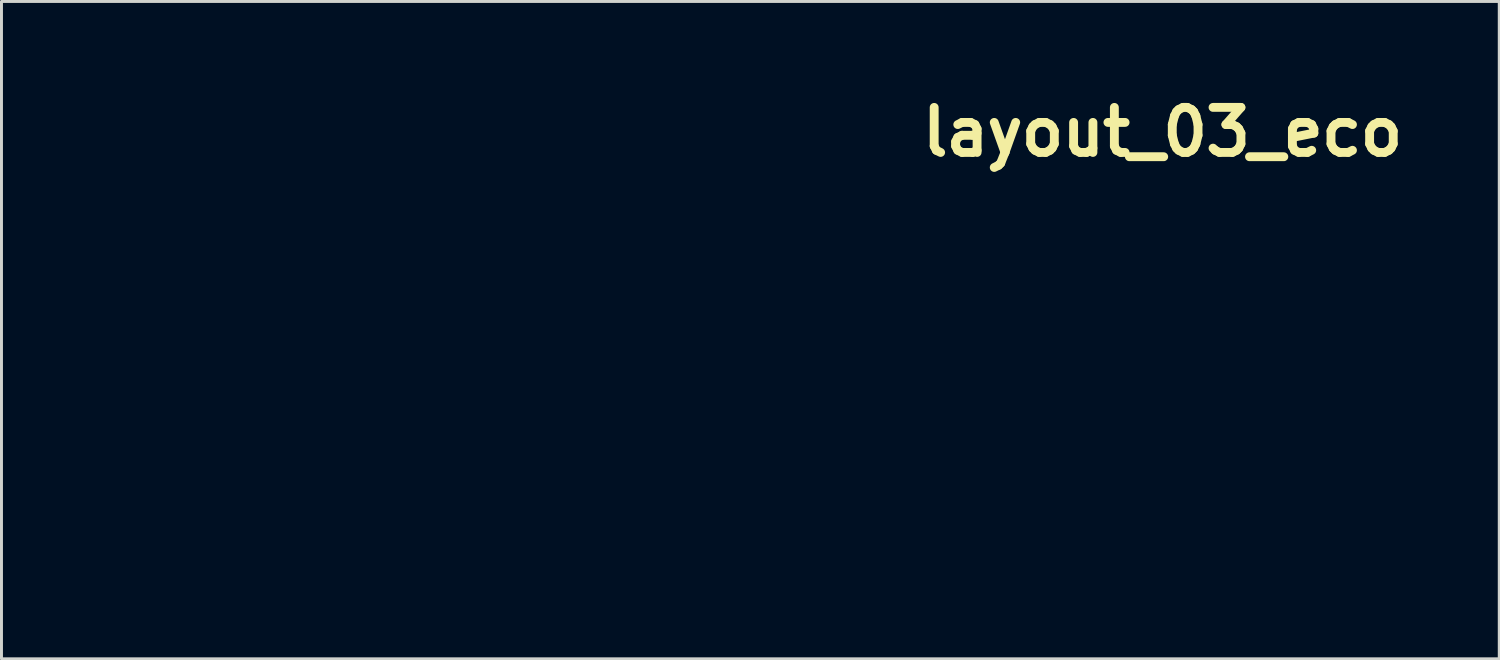
<source format=kicad_pcb>
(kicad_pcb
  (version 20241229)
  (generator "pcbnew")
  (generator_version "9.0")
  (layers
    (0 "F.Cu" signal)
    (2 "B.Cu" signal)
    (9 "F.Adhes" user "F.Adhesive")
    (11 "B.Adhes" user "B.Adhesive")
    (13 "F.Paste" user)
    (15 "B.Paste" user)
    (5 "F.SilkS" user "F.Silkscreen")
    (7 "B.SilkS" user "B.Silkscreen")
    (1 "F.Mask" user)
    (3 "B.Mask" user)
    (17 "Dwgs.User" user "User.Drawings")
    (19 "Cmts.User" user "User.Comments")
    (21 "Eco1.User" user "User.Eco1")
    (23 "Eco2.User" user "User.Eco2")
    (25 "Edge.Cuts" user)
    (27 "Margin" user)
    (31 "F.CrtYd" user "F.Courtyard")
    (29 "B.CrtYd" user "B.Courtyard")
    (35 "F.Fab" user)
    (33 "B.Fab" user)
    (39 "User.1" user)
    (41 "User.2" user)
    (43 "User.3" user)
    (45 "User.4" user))
  (footprint "layout_03_eco"
    (layer "F.Cu")
    (at 36.285 1.418)
    (property "Reference" "layout_03_eco" (at 0 0 0) (layer "F.SilkS") (effects (font (size 1.524 1.524) (thickness 0.3))))
    (attr through_hole)
    (fp_poly (pts (xy -33.972 12.478) (xy -34.988 12.483) (xy -36.005 12.489) (xy -36.005 14.817) (xy -36.28 14.817) (xy -36.28 10.171) (xy -33.972 12.478)) (stroke (width 0.01) (type solid)) (fill no) (layer "Eco1.User"))
    (fp_poly (pts (xy -26.945 12.478) (xy -25.797 11.329) (xy -25.614 11.147) (xy -25.44 10.973) (xy -25.276 10.811) (xy -25.126 10.662) (xy -24.992 10.529) (xy -24.875 10.414) (xy -24.779 10.32) (xy -24.705 10.248) (xy -24.655 10.201) (xy -24.633 10.182) (xy -24.633 10.181) (xy -24.631 10.202) (xy -24.628 10.262) (xy -24.627 10.359) (xy -24.625 10.491) (xy -24.623 10.654) (xy -24.622 10.846) (xy -24.62 11.064) (xy -24.619 11.305) (xy -24.618 11.567) (xy -24.617 11.846) (xy -24.617 12.142) (xy -24.617 12.449) (xy -24.617 12.499) (xy -24.617 14.817) (xy -31.623 14.817) (xy -31.623 12.499) (xy -30.459 11.335) (xy -29.295 10.171) (xy -29.295 11.319) (xy -29.294 11.535) (xy -29.294 11.738) (xy -29.292 11.923) (xy -29.291 12.088) (xy -29.288 12.228) (xy -29.286 12.339) (xy -29.283 12.418) (xy -29.281 12.461) (xy -29.279 12.467) (xy -29.262 12.453) (xy -29.217 12.41) (xy -29.147 12.343) (xy -29.054 12.252) (xy -28.941 12.14) (xy -28.809 12.01) (xy -28.661 11.863) (xy -28.499 11.703) (xy -28.326 11.53) (xy -28.144 11.349) (xy -28.104 11.308) (xy -26.945 10.15) (xy -26.945 12.478)) (stroke (width 0.01) (type solid)) (fill no) (layer "Eco1.User")))
  (gr_rect
    (start -3 -3)
    (end 47.674 19.24)
    (stroke (width 0.1) (type default))
    (fill no)
    (layer "Edge.Cuts")))
</source>
